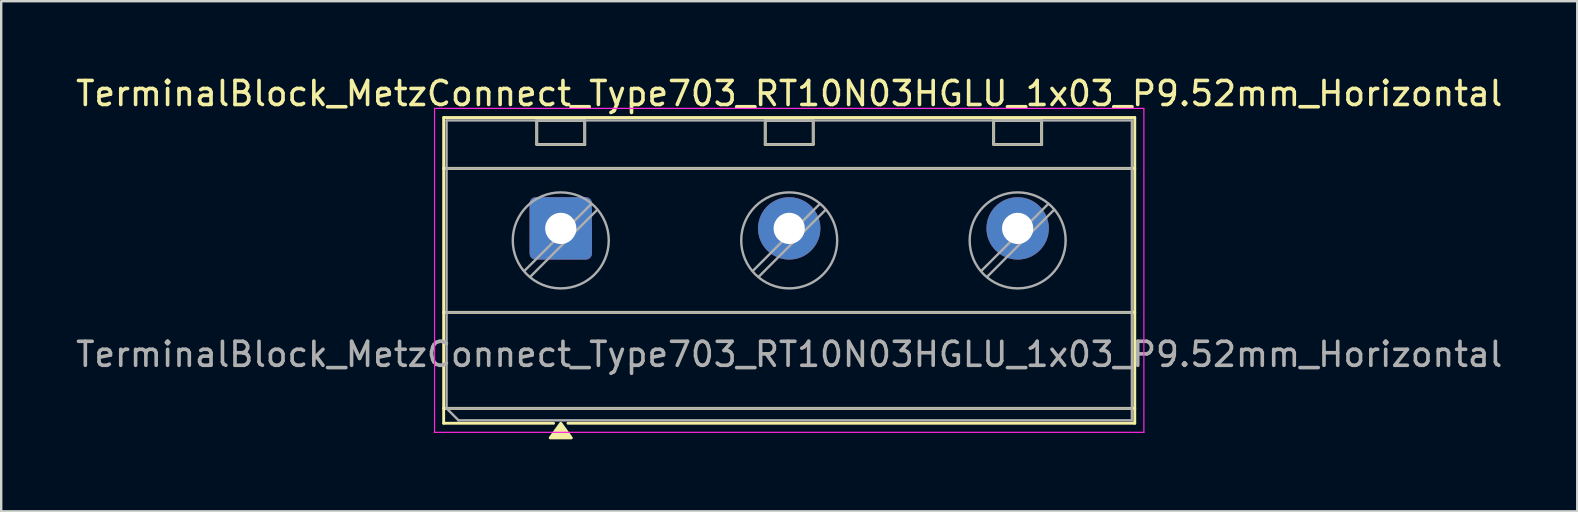
<source format=kicad_pcb>
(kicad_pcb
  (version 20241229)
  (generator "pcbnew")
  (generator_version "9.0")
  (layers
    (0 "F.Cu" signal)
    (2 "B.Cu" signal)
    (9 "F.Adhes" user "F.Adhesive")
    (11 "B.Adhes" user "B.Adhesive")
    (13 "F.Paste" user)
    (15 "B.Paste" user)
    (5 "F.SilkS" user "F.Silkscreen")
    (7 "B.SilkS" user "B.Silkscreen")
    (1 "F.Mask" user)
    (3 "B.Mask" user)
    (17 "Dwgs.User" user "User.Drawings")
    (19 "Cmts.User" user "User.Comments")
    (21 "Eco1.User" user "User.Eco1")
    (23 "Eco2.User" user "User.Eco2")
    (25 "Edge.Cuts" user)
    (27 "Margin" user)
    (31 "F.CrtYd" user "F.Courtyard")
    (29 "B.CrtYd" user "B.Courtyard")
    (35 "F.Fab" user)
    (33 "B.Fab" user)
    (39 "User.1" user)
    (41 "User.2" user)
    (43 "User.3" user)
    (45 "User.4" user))
  (footprint "TerminalBlock_MetzConnect_Type703_RT10N03HGLU_1x03_P9.52mm_Horizontal"
    (layer "F.Cu")
    (at 20.319 6.468)
    (property "Reference" "TerminalBlock_MetzConnect_Type703_RT10N03HGLU_1x03_P9.52mm_Horizontal" (at 9.52 -5.62 0) (layer "F.SilkS") (effects (font (size 1 1) (thickness 0.15))))
    (attr through_hole)
    (fp_line (start -4.88 -4.62) (end -4.88 8.12) (stroke (width 0.12) (type solid)) (layer "F.SilkS"))
    (fp_line (start -4.88 -4.62) (end 23.92 -4.62) (stroke (width 0.12) (type solid)) (layer "F.SilkS"))
    (fp_line (start -4.88 -2.5) (end 23.92 -2.5) (stroke (width 0.12) (type solid)) (layer "F.SilkS"))
    (fp_line (start -4.88 3.5) (end 23.92 3.5) (stroke (width 0.12) (type solid)) (layer "F.SilkS"))
    (fp_line (start -4.88 7.5) (end 23.92 7.5) (stroke (width 0.12) (type solid)) (layer "F.SilkS"))
    (fp_line (start -4.88 8.12) (end -0.3 8.12) (stroke (width 0.12) (type solid)) (layer "F.SilkS"))
    (fp_line (start -1 -4.5) (end -1 -3.5) (stroke (width 0.12) (type solid)) (layer "F.SilkS"))
    (fp_line (start -1 -4.5) (end 1 -4.5) (stroke (width 0.12) (type solid)) (layer "F.SilkS"))
    (fp_line (start -1 -3.5) (end 1 -3.5) (stroke (width 0.12) (type solid)) (layer "F.SilkS"))
    (fp_line (start 0.3 8.12) (end 23.92 8.12) (stroke (width 0.12) (type solid)) (layer "F.SilkS"))
    (fp_line (start 1 -4.5) (end 1 -3.5) (stroke (width 0.12) (type solid)) (layer "F.SilkS"))
    (fp_line (start 8.52 -4.5) (end 8.52 -3.5) (stroke (width 0.12) (type solid)) (layer "F.SilkS"))
    (fp_line (start 8.52 -4.5) (end 10.52 -4.5) (stroke (width 0.12) (type solid)) (layer "F.SilkS"))
    (fp_line (start 8.52 -3.5) (end 10.52 -3.5) (stroke (width 0.12) (type solid)) (layer "F.SilkS"))
    (fp_line (start 10.52 -4.5) (end 10.52 -3.5) (stroke (width 0.12) (type solid)) (layer "F.SilkS"))
    (fp_line (start 18.04 -4.5) (end 18.04 -3.5) (stroke (width 0.12) (type solid)) (layer "F.SilkS"))
    (fp_line (start 18.04 -4.5) (end 20.04 -4.5) (stroke (width 0.12) (type solid)) (layer "F.SilkS"))
    (fp_line (start 18.04 -3.5) (end 20.04 -3.5) (stroke (width 0.12) (type solid)) (layer "F.SilkS"))
    (fp_line (start 20.04 -4.5) (end 20.04 -3.5) (stroke (width 0.12) (type solid)) (layer "F.SilkS"))
    (fp_line (start 23.92 -4.62) (end 23.92 8.12) (stroke (width 0.12) (type solid)) (layer "F.SilkS"))
    (fp_poly (pts (xy 0 8.12) (xy 0.44 8.73) (xy -0.44 8.73)) (stroke (width 0.12) (type solid)) (fill yes) (layer "F.SilkS"))
    (fp_line (start -5.26 -5) (end -5.26 8.5) (stroke (width 0.05) (type solid)) (layer "F.CrtYd"))
    (fp_line (start -5.26 8.5) (end 24.3 8.5) (stroke (width 0.05) (type solid)) (layer "F.CrtYd"))
    (fp_line (start 24.3 -5) (end -5.26 -5) (stroke (width 0.05) (type solid)) (layer "F.CrtYd"))
    (fp_line (start 24.3 8.5) (end 24.3 -5) (stroke (width 0.05) (type solid)) (layer "F.CrtYd"))
    (fp_line (start -4.76 -4.5) (end 23.8 -4.5) (stroke (width 0.1) (type solid)) (layer "F.Fab"))
    (fp_line (start -4.76 -2.5) (end 23.8 -2.5) (stroke (width 0.1) (type solid)) (layer "F.Fab"))
    (fp_line (start -4.76 3.5) (end 23.8 3.5) (stroke (width 0.1) (type solid)) (layer "F.Fab"))
    (fp_line (start -4.76 7.5) (end -4.76 -4.5) (stroke (width 0.1) (type solid)) (layer "F.Fab"))
    (fp_line (start -4.76 7.5) (end 23.8 7.5) (stroke (width 0.1) (type solid)) (layer "F.Fab"))
    (fp_line (start -4.26 8) (end -4.76 7.5) (stroke (width 0.1) (type solid)) (layer "F.Fab"))
    (fp_line (start -1 -4.5) (end -1 -3.5) (stroke (width 0.1) (type solid)) (layer "F.Fab"))
    (fp_line (start -1 -3.5) (end 1 -3.5) (stroke (width 0.1) (type solid)) (layer "F.Fab"))
    (fp_line (start 1 -4.5) (end -1 -4.5) (stroke (width 0.1) (type solid)) (layer "F.Fab"))
    (fp_line (start 1 -3.5) (end 1 -4.5) (stroke (width 0.1) (type solid)) (layer "F.Fab"))
    (fp_line (start 1.273 -1.017) (end -1.517 1.772) (stroke (width 0.1) (type solid)) (layer "F.Fab"))
    (fp_line (start 1.517 -0.773) (end -1.273 2.017) (stroke (width 0.1) (type solid)) (layer "F.Fab"))
    (fp_line (start 8.52 -4.5) (end 8.52 -3.5) (stroke (width 0.1) (type solid)) (layer "F.Fab"))
    (fp_line (start 8.52 -3.5) (end 10.52 -3.5) (stroke (width 0.1) (type solid)) (layer "F.Fab"))
    (fp_line (start 10.52 -4.5) (end 8.52 -4.5) (stroke (width 0.1) (type solid)) (layer "F.Fab"))
    (fp_line (start 10.52 -3.5) (end 10.52 -4.5) (stroke (width 0.1) (type solid)) (layer "F.Fab"))
    (fp_line (start 10.793 -1.017) (end 8.003 1.772) (stroke (width 0.1) (type solid)) (layer "F.Fab"))
    (fp_line (start 11.037 -0.773) (end 8.247 2.017) (stroke (width 0.1) (type solid)) (layer "F.Fab"))
    (fp_line (start 18.04 -4.5) (end 18.04 -3.5) (stroke (width 0.1) (type solid)) (layer "F.Fab"))
    (fp_line (start 18.04 -3.5) (end 20.04 -3.5) (stroke (width 0.1) (type solid)) (layer "F.Fab"))
    (fp_line (start 20.04 -4.5) (end 18.04 -4.5) (stroke (width 0.1) (type solid)) (layer "F.Fab"))
    (fp_line (start 20.04 -3.5) (end 20.04 -4.5) (stroke (width 0.1) (type solid)) (layer "F.Fab"))
    (fp_line (start 20.313 -1.017) (end 17.523 1.772) (stroke (width 0.1) (type solid)) (layer "F.Fab"))
    (fp_line (start 20.557 -0.773) (end 17.767 2.017) (stroke (width 0.1) (type solid)) (layer "F.Fab"))
    (fp_line (start 23.8 -4.5) (end 23.8 8) (stroke (width 0.1) (type solid)) (layer "F.Fab"))
    (fp_line (start 23.8 8) (end -4.26 8) (stroke (width 0.1) (type solid)) (layer "F.Fab"))
    (fp_circle (center 0 0.5) (end 2 0.5) (stroke (width 0.1) (type solid)) (fill no) (layer "F.Fab"))
    (fp_circle (center 9.52 0.5) (end 11.52 0.5) (stroke (width 0.1) (type solid)) (fill no) (layer "F.Fab"))
    (fp_circle (center 19.04 0.5) (end 21.04 0.5) (stroke (width 0.1) (type solid)) (fill no) (layer "F.Fab"))
    (fp_text user "${REFERENCE}" (at 9.52 5.25 0) (layer "F.Fab") (effects (font (size 1 1) (thickness 0.15))))
    (pad "1" thru_hole roundrect (at 0 0) (size 2.6 2.6) (drill 1.3) (layers "*.Cu" "*.Mask") (roundrect_rratio 0.096))
    (pad "2" thru_hole circle (at 9.52 0) (size 2.6 2.6) (drill 1.3) (layers "*.Cu" "*.Mask"))
    (pad "3" thru_hole circle (at 19.04 0) (size 2.6 2.6) (drill 1.3) (layers "*.Cu" "*.Mask")))
  (gr_rect
    (start -3 -3)
    (end 62.679 18.258)
    (stroke (width 0.1) (type default))
    (fill no)
    (layer "Edge.Cuts")))
</source>
